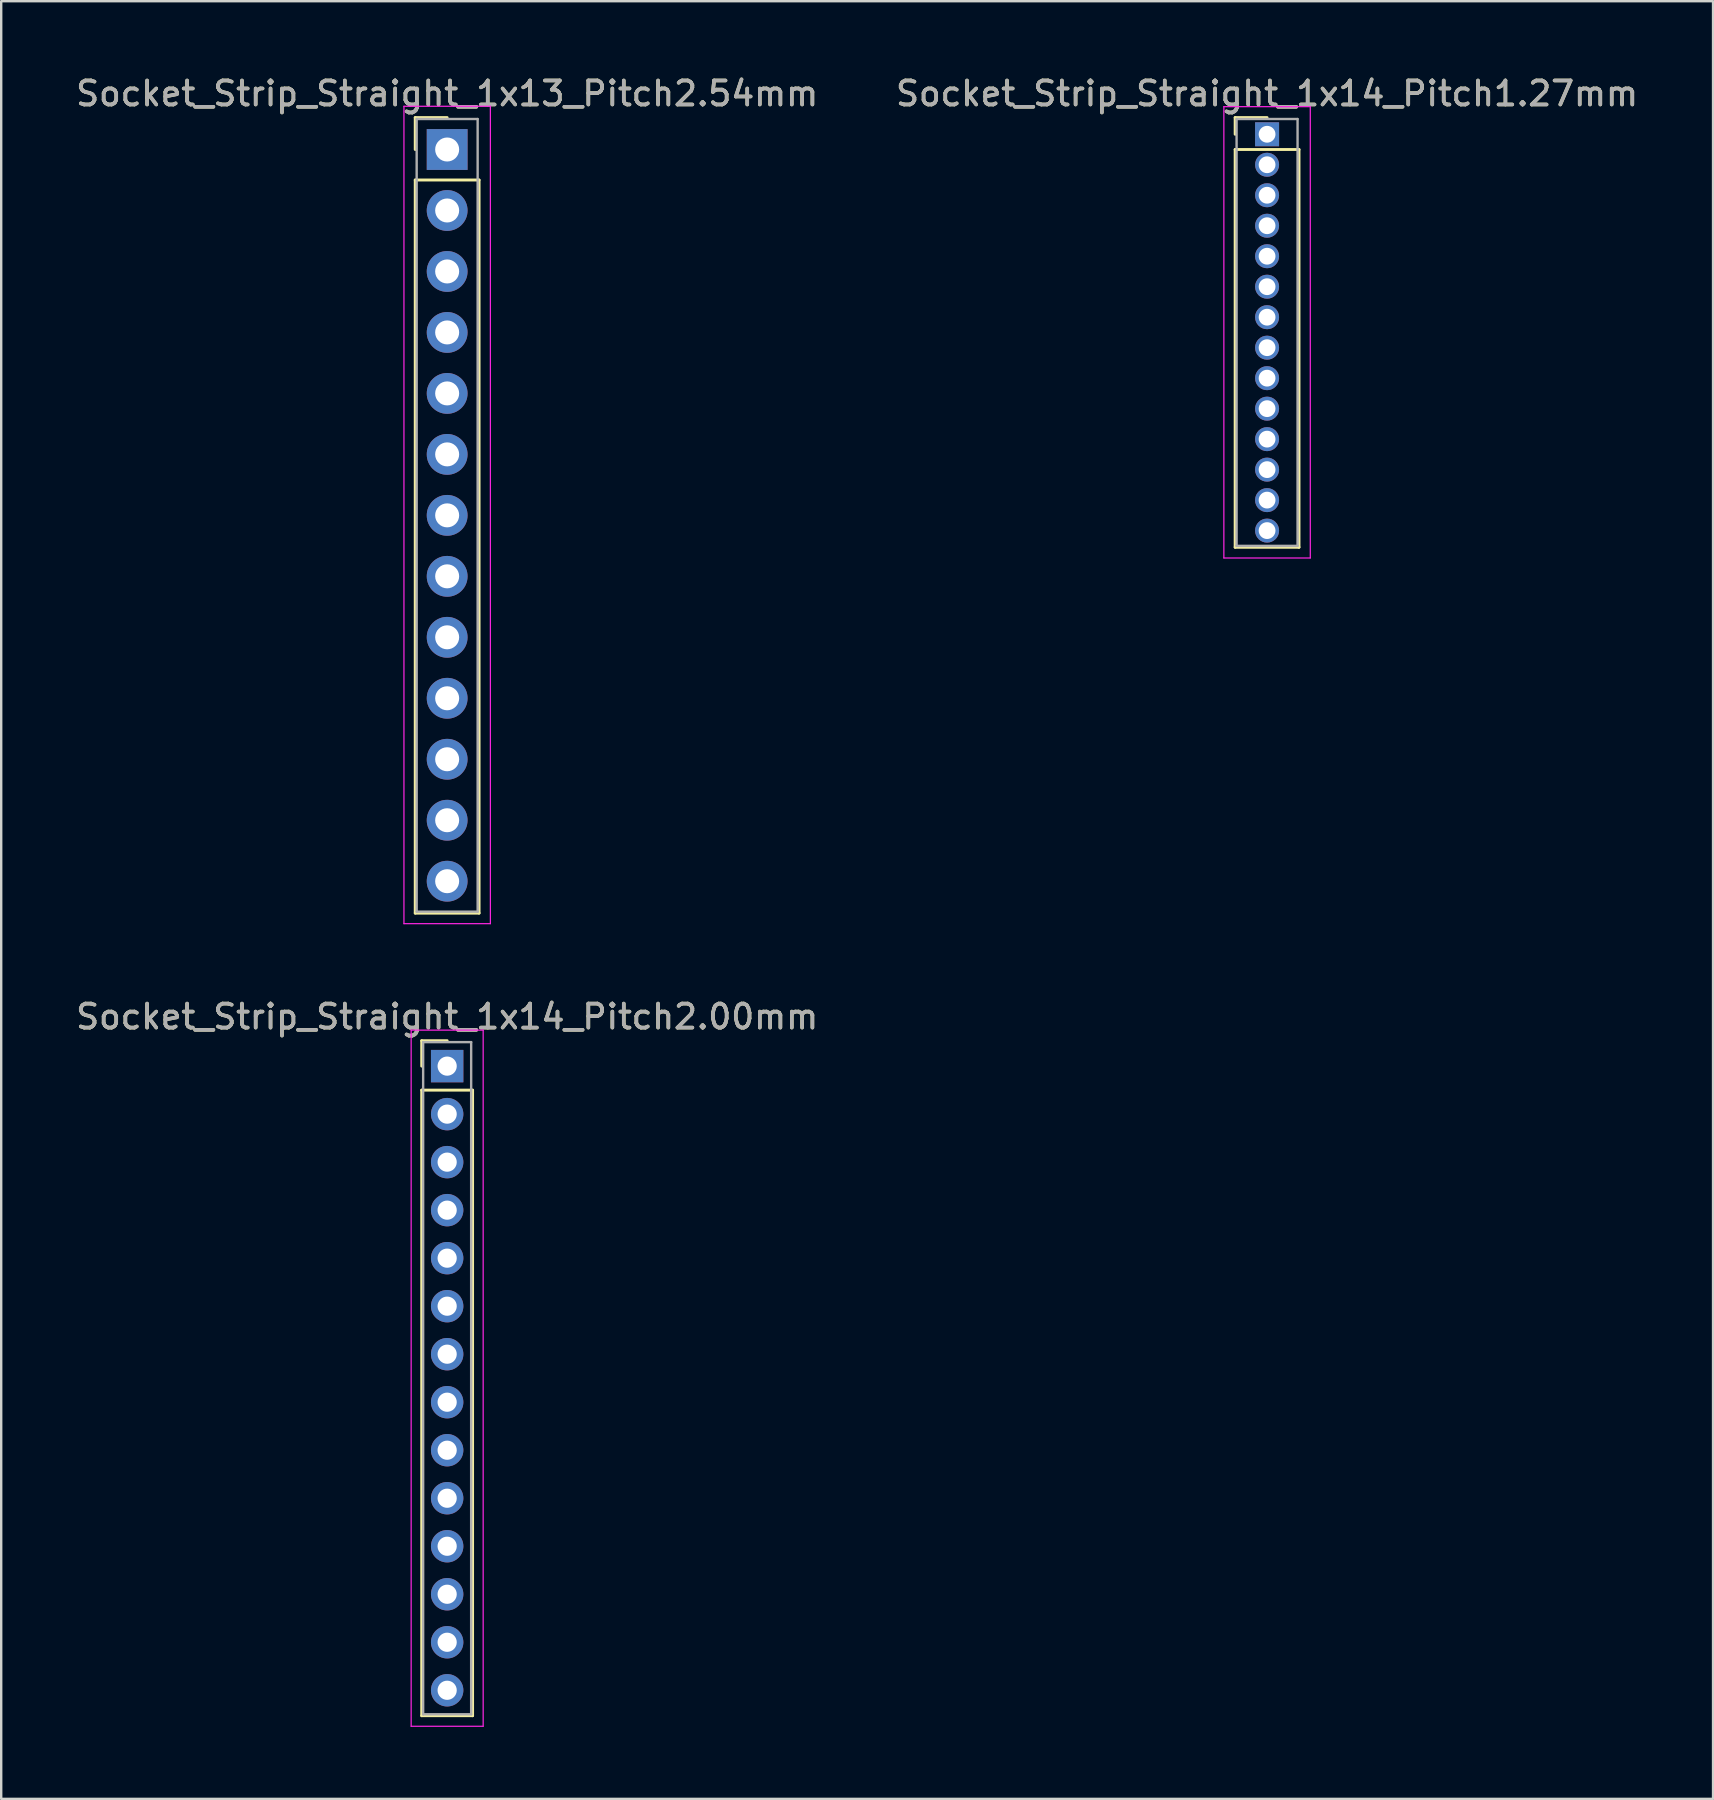
<source format=kicad_pcb>
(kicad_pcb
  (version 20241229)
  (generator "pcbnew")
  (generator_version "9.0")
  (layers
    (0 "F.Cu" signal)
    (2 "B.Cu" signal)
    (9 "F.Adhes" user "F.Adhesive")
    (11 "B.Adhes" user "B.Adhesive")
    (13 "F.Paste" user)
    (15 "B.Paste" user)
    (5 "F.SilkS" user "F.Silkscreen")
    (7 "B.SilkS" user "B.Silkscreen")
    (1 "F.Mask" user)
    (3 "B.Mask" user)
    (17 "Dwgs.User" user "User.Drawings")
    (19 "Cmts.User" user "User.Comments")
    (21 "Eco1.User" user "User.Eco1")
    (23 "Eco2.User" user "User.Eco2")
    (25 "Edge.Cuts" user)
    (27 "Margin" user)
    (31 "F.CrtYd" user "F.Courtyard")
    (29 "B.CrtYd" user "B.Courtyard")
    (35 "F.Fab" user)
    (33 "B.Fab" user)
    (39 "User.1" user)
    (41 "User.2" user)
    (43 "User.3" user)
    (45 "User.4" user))
  (footprint "Socket_Strip_Straight_1x13_Pitch2.54mm"
    (layer "F.Cu")
    (at 15.577 3.178)
    (property "Reference" "Socket_Strip_Straight_1x13_Pitch2.54mm" (at 0 -2.33 0) (layer "F.SilkS") (effects (font (size 1 1) (thickness 0.15))))
    (attr through_hole)
    (fp_line (start -1.33 -1.33) (end 0 -1.33) (stroke (width 0.12) (type solid)) (layer "F.SilkS"))
    (fp_line (start -1.33 0) (end -1.33 -1.33) (stroke (width 0.12) (type solid)) (layer "F.SilkS"))
    (fp_line (start -1.33 1.27) (end -1.33 31.81) (stroke (width 0.12) (type solid)) (layer "F.SilkS"))
    (fp_line (start -1.33 31.81) (end 1.33 31.81) (stroke (width 0.12) (type solid)) (layer "F.SilkS"))
    (fp_line (start 1.33 1.27) (end -1.33 1.27) (stroke (width 0.12) (type solid)) (layer "F.SilkS"))
    (fp_line (start 1.33 31.81) (end 1.33 1.27) (stroke (width 0.12) (type solid)) (layer "F.SilkS"))
    (fp_line (start -1.8 -1.8) (end -1.8 32.25) (stroke (width 0.05) (type solid)) (layer "F.CrtYd"))
    (fp_line (start -1.8 32.25) (end 1.8 32.25) (stroke (width 0.05) (type solid)) (layer "F.CrtYd"))
    (fp_line (start 1.8 -1.8) (end -1.8 -1.8) (stroke (width 0.05) (type solid)) (layer "F.CrtYd"))
    (fp_line (start 1.8 32.25) (end 1.8 -1.8) (stroke (width 0.05) (type solid)) (layer "F.CrtYd"))
    (fp_line (start -1.27 -1.27) (end -1.27 31.75) (stroke (width 0.1) (type solid)) (layer "F.Fab"))
    (fp_line (start -1.27 31.75) (end 1.27 31.75) (stroke (width 0.1) (type solid)) (layer "F.Fab"))
    (fp_line (start 1.27 -1.27) (end -1.27 -1.27) (stroke (width 0.1) (type solid)) (layer "F.Fab"))
    (fp_line (start 1.27 31.75) (end 1.27 -1.27) (stroke (width 0.1) (type solid)) (layer "F.Fab"))
    (fp_text user "${REFERENCE}" (at 0 -2.33 0) (layer "F.Fab") (effects (font (size 1 1) (thickness 0.15))))
    (pad "1" thru_hole rect (at 0 0) (size 1.7 1.7) (drill 1) (layers "*.Cu" "*.Mask"))
    (pad "2" thru_hole oval (at 0 2.54) (size 1.7 1.7) (drill 1) (layers "*.Cu" "*.Mask"))
    (pad "3" thru_hole oval (at 0 5.08) (size 1.7 1.7) (drill 1) (layers "*.Cu" "*.Mask"))
    (pad "4" thru_hole oval (at 0 7.62) (size 1.7 1.7) (drill 1) (layers "*.Cu" "*.Mask"))
    (pad "5" thru_hole oval (at 0 10.16) (size 1.7 1.7) (drill 1) (layers "*.Cu" "*.Mask"))
    (pad "6" thru_hole oval (at 0 12.7) (size 1.7 1.7) (drill 1) (layers "*.Cu" "*.Mask"))
    (pad "7" thru_hole oval (at 0 15.24) (size 1.7 1.7) (drill 1) (layers "*.Cu" "*.Mask"))
    (pad "8" thru_hole oval (at 0 17.78) (size 1.7 1.7) (drill 1) (layers "*.Cu" "*.Mask"))
    (pad "9" thru_hole oval (at 0 20.32) (size 1.7 1.7) (drill 1) (layers "*.Cu" "*.Mask"))
    (pad "10" thru_hole oval (at 0 22.86) (size 1.7 1.7) (drill 1) (layers "*.Cu" "*.Mask"))
    (pad "11" thru_hole oval (at 0 25.4) (size 1.7 1.7) (drill 1) (layers "*.Cu" "*.Mask"))
    (pad "12" thru_hole oval (at 0 27.94) (size 1.7 1.7) (drill 1) (layers "*.Cu" "*.Mask"))
    (pad "13" thru_hole oval (at 0 30.48) (size 1.7 1.7) (drill 1) (layers "*.Cu" "*.Mask")))
  (footprint "Socket_Strip_Straight_1x14_Pitch2.00mm"
    (layer "F.Cu")
    (at 15.577 41.361)
    (property "Reference" "Socket_Strip_Straight_1x14_Pitch2.00mm" (at 0 -2.06 0) (layer "F.SilkS") (effects (font (size 1 1) (thickness 0.15))))
    (attr through_hole)
    (fp_line (start -1.06 -1.06) (end 0 -1.06) (stroke (width 0.12) (type solid)) (layer "F.SilkS"))
    (fp_line (start -1.06 0) (end -1.06 -1.06) (stroke (width 0.12) (type solid)) (layer "F.SilkS"))
    (fp_line (start -1.06 1) (end -1.06 27.06) (stroke (width 0.12) (type solid)) (layer "F.SilkS"))
    (fp_line (start -1.06 27.06) (end 1.06 27.06) (stroke (width 0.12) (type solid)) (layer "F.SilkS"))
    (fp_line (start 1.06 1) (end -1.06 1) (stroke (width 0.12) (type solid)) (layer "F.SilkS"))
    (fp_line (start 1.06 27.06) (end 1.06 1) (stroke (width 0.12) (type solid)) (layer "F.SilkS"))
    (fp_line (start -1.5 -1.5) (end -1.5 27.5) (stroke (width 0.05) (type solid)) (layer "F.CrtYd"))
    (fp_line (start -1.5 27.5) (end 1.5 27.5) (stroke (width 0.05) (type solid)) (layer "F.CrtYd"))
    (fp_line (start 1.5 -1.5) (end -1.5 -1.5) (stroke (width 0.05) (type solid)) (layer "F.CrtYd"))
    (fp_line (start 1.5 27.5) (end 1.5 -1.5) (stroke (width 0.05) (type solid)) (layer "F.CrtYd"))
    (fp_line (start -1 -1) (end -1 27) (stroke (width 0.1) (type solid)) (layer "F.Fab"))
    (fp_line (start -1 27) (end 1 27) (stroke (width 0.1) (type solid)) (layer "F.Fab"))
    (fp_line (start 1 -1) (end -1 -1) (stroke (width 0.1) (type solid)) (layer "F.Fab"))
    (fp_line (start 1 27) (end 1 -1) (stroke (width 0.1) (type solid)) (layer "F.Fab"))
    (fp_text user "${REFERENCE}" (at 0 -2.06 0) (layer "F.Fab") (effects (font (size 1 1) (thickness 0.15))))
    (pad "1" thru_hole rect (at 0 0) (size 1.35 1.35) (drill 0.8) (layers "*.Cu" "*.Mask"))
    (pad "2" thru_hole oval (at 0 2) (size 1.35 1.35) (drill 0.8) (layers "*.Cu" "*.Mask"))
    (pad "3" thru_hole oval (at 0 4) (size 1.35 1.35) (drill 0.8) (layers "*.Cu" "*.Mask"))
    (pad "4" thru_hole oval (at 0 6) (size 1.35 1.35) (drill 0.8) (layers "*.Cu" "*.Mask"))
    (pad "5" thru_hole oval (at 0 8) (size 1.35 1.35) (drill 0.8) (layers "*.Cu" "*.Mask"))
    (pad "6" thru_hole oval (at 0 10) (size 1.35 1.35) (drill 0.8) (layers "*.Cu" "*.Mask"))
    (pad "7" thru_hole oval (at 0 12) (size 1.35 1.35) (drill 0.8) (layers "*.Cu" "*.Mask"))
    (pad "8" thru_hole oval (at 0 14) (size 1.35 1.35) (drill 0.8) (layers "*.Cu" "*.Mask"))
    (pad "9" thru_hole oval (at 0 16) (size 1.35 1.35) (drill 0.8) (layers "*.Cu" "*.Mask"))
    (pad "10" thru_hole oval (at 0 18) (size 1.35 1.35) (drill 0.8) (layers "*.Cu" "*.Mask"))
    (pad "11" thru_hole oval (at 0 20) (size 1.35 1.35) (drill 0.8) (layers "*.Cu" "*.Mask"))
    (pad "12" thru_hole oval (at 0 22) (size 1.35 1.35) (drill 0.8) (layers "*.Cu" "*.Mask"))
    (pad "13" thru_hole oval (at 0 24) (size 1.35 1.35) (drill 0.8) (layers "*.Cu" "*.Mask"))
    (pad "14" thru_hole oval (at 0 26) (size 1.35 1.35) (drill 0.8) (layers "*.Cu" "*.Mask")))
  (footprint "Socket_Strip_Straight_1x14_Pitch1.27mm"
    (layer "F.Cu")
    (at 49.732 2.543)
    (property "Reference" "Socket_Strip_Straight_1x14_Pitch1.27mm" (at 0 -1.695 0) (layer "F.SilkS") (effects (font (size 1 1) (thickness 0.15))))
    (attr through_hole)
    (fp_line (start -1.33 -0.695) (end 0 -0.695) (stroke (width 0.12) (type solid)) (layer "F.SilkS"))
    (fp_line (start -1.33 0) (end -1.33 -0.695) (stroke (width 0.12) (type solid)) (layer "F.SilkS"))
    (fp_line (start -1.33 0.635) (end -1.33 17.205) (stroke (width 0.12) (type solid)) (layer "F.SilkS"))
    (fp_line (start -1.33 17.205) (end 1.33 17.205) (stroke (width 0.12) (type solid)) (layer "F.SilkS"))
    (fp_line (start 1.33 0.635) (end -1.33 0.635) (stroke (width 0.12) (type solid)) (layer "F.SilkS"))
    (fp_line (start 1.33 17.205) (end 1.33 0.635) (stroke (width 0.12) (type solid)) (layer "F.SilkS"))
    (fp_line (start -1.8 -1.15) (end -1.8 17.65) (stroke (width 0.05) (type solid)) (layer "F.CrtYd"))
    (fp_line (start -1.8 17.65) (end 1.8 17.65) (stroke (width 0.05) (type solid)) (layer "F.CrtYd"))
    (fp_line (start 1.8 -1.15) (end -1.8 -1.15) (stroke (width 0.05) (type solid)) (layer "F.CrtYd"))
    (fp_line (start 1.8 17.65) (end 1.8 -1.15) (stroke (width 0.05) (type solid)) (layer "F.CrtYd"))
    (fp_line (start -1.27 -0.635) (end -1.27 17.145) (stroke (width 0.1) (type solid)) (layer "F.Fab"))
    (fp_line (start -1.27 17.145) (end 1.27 17.145) (stroke (width 0.1) (type solid)) (layer "F.Fab"))
    (fp_line (start 1.27 -0.635) (end -1.27 -0.635) (stroke (width 0.1) (type solid)) (layer "F.Fab"))
    (fp_line (start 1.27 17.145) (end 1.27 -0.635) (stroke (width 0.1) (type solid)) (layer "F.Fab"))
    (fp_text user "${REFERENCE}" (at 0 -1.695 0) (layer "F.Fab") (effects (font (size 1 1) (thickness 0.15))))
    (pad "1" thru_hole rect (at 0 0) (size 1 1) (drill 0.7) (layers "*.Cu" "*.Mask"))
    (pad "2" thru_hole oval (at 0 1.27) (size 1 1) (drill 0.7) (layers "*.Cu" "*.Mask"))
    (pad "3" thru_hole oval (at 0 2.54) (size 1 1) (drill 0.7) (layers "*.Cu" "*.Mask"))
    (pad "4" thru_hole oval (at 0 3.81) (size 1 1) (drill 0.7) (layers "*.Cu" "*.Mask"))
    (pad "5" thru_hole oval (at 0 5.08) (size 1 1) (drill 0.7) (layers "*.Cu" "*.Mask"))
    (pad "6" thru_hole oval (at 0 6.35) (size 1 1) (drill 0.7) (layers "*.Cu" "*.Mask"))
    (pad "7" thru_hole oval (at 0 7.62) (size 1 1) (drill 0.7) (layers "*.Cu" "*.Mask"))
    (pad "8" thru_hole oval (at 0 8.89) (size 1 1) (drill 0.7) (layers "*.Cu" "*.Mask"))
    (pad "9" thru_hole oval (at 0 10.16) (size 1 1) (drill 0.7) (layers "*.Cu" "*.Mask"))
    (pad "10" thru_hole oval (at 0 11.43) (size 1 1) (drill 0.7) (layers "*.Cu" "*.Mask"))
    (pad "11" thru_hole oval (at 0 12.7) (size 1 1) (drill 0.7) (layers "*.Cu" "*.Mask"))
    (pad "12" thru_hole oval (at 0 13.97) (size 1 1) (drill 0.7) (layers "*.Cu" "*.Mask"))
    (pad "13" thru_hole oval (at 0 15.24) (size 1 1) (drill 0.7) (layers "*.Cu" "*.Mask"))
    (pad "14" thru_hole oval (at 0 16.51) (size 1 1) (drill 0.7) (layers "*.Cu" "*.Mask")))
  (gr_rect
    (start -3 -3)
    (end 68.31 71.886)
    (stroke (width 0.1) (type default))
    (fill no)
    (layer "Edge.Cuts")))
</source>
